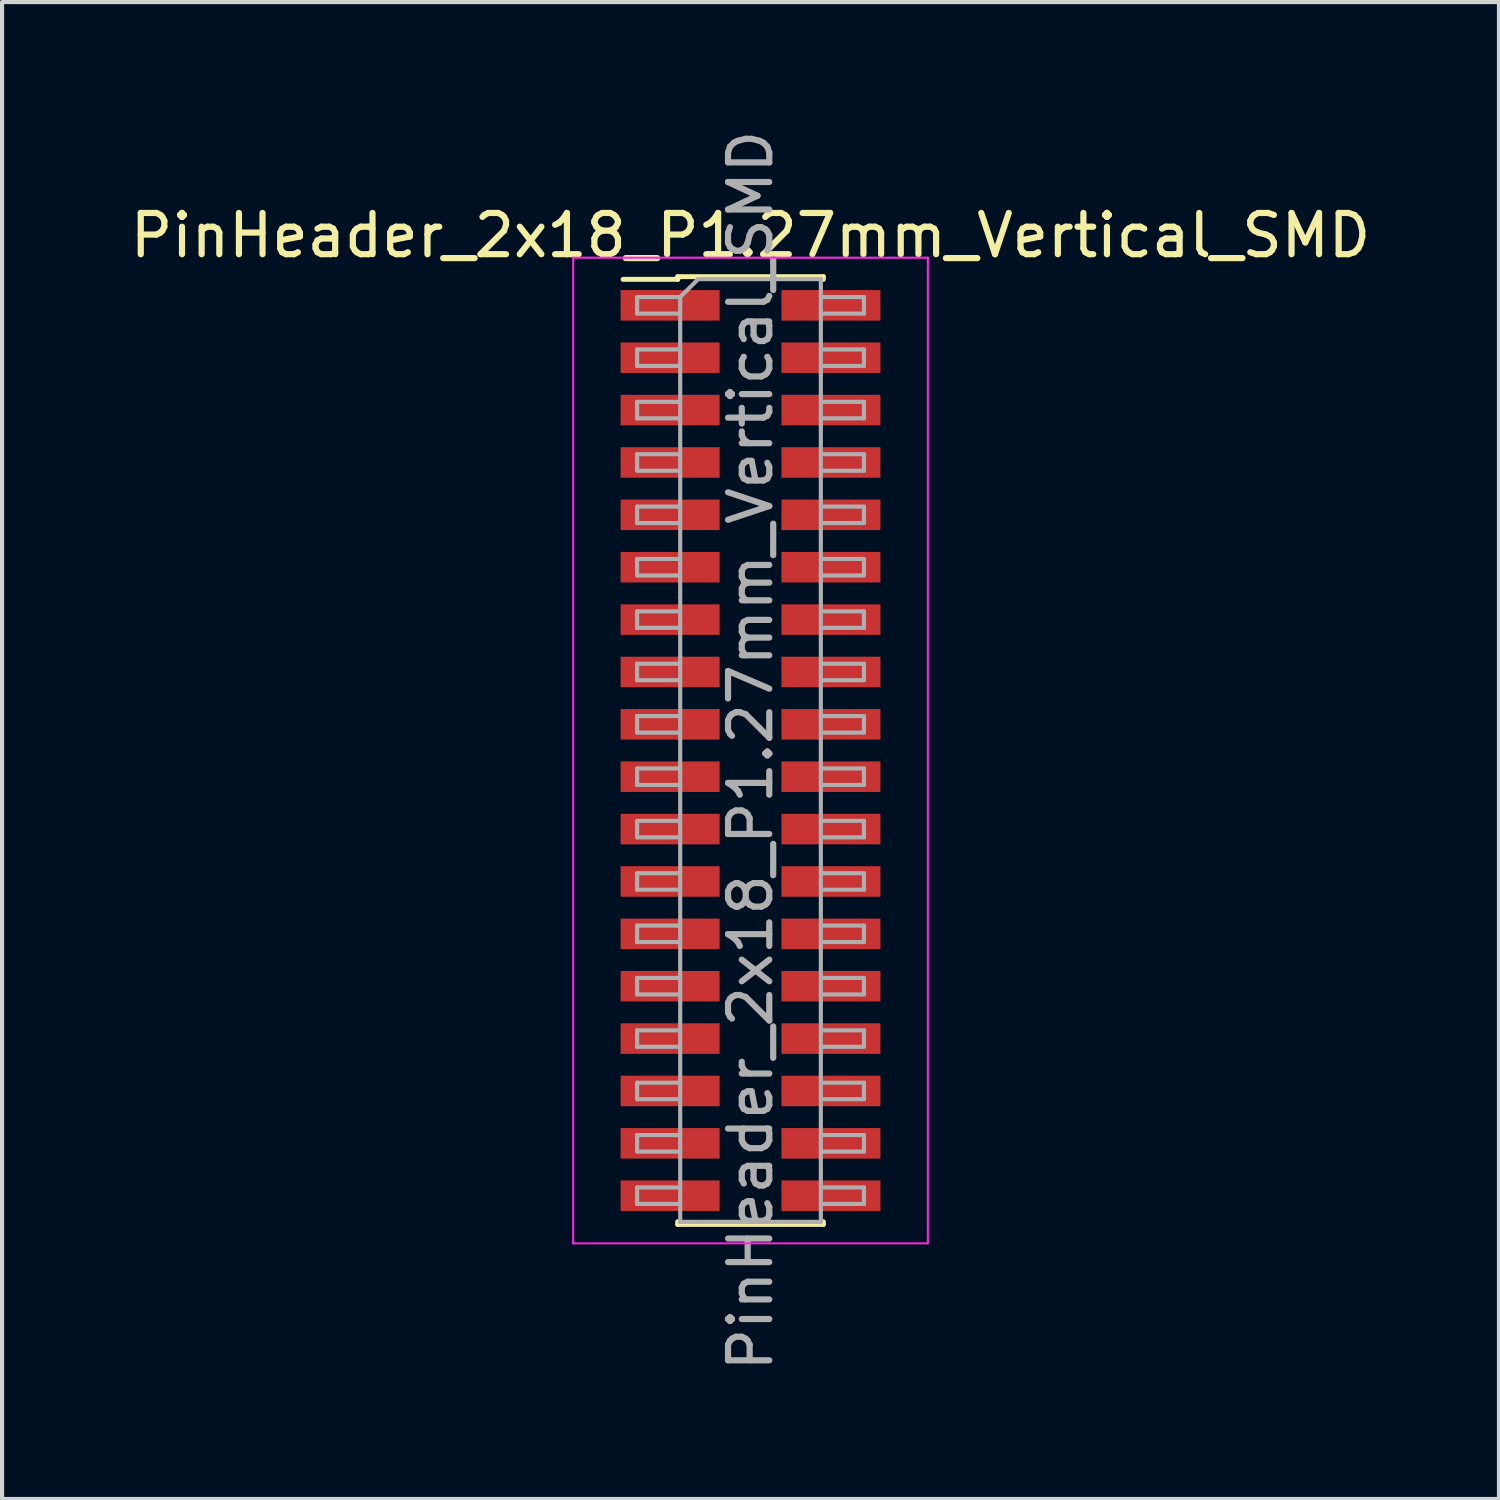
<source format=kicad_pcb>
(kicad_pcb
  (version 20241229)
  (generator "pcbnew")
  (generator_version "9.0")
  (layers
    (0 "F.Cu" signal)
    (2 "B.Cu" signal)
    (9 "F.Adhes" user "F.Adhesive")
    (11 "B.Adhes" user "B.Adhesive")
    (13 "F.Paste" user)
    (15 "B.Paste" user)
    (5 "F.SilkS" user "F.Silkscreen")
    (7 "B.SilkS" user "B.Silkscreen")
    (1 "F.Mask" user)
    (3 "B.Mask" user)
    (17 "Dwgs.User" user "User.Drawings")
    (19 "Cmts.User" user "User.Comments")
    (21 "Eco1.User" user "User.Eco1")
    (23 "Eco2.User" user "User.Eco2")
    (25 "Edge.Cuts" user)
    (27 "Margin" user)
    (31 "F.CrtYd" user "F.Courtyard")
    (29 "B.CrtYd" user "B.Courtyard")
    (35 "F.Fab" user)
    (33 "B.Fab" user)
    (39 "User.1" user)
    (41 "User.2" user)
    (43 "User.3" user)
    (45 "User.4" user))
  (footprint "PinHeader_2x18_P1.27mm_Vertical_SMD"
    (layer "F.Cu")
    (at 15.149 15.149)
    (property "Reference" "PinHeader_2x18_P1.27mm_Vertical_SMD" (at 0 -12.49 0) (layer "F.SilkS") (effects (font (size 1 1) (thickness 0.15))))
    (attr smd)
    (fp_line (start -3.09 -11.425) (end -1.765 -11.425) (stroke (width 0.12) (type solid)) (layer "F.SilkS"))
    (fp_line (start -1.765 -11.49) (end -1.765 -11.425) (stroke (width 0.12) (type solid)) (layer "F.SilkS"))
    (fp_line (start -1.765 -11.49) (end 1.765 -11.49) (stroke (width 0.12) (type solid)) (layer "F.SilkS"))
    (fp_line (start -1.765 11.425) (end -1.765 11.49) (stroke (width 0.12) (type solid)) (layer "F.SilkS"))
    (fp_line (start -1.765 11.49) (end 1.765 11.49) (stroke (width 0.12) (type solid)) (layer "F.SilkS"))
    (fp_line (start 1.765 -11.49) (end 1.765 -11.425) (stroke (width 0.12) (type solid)) (layer "F.SilkS"))
    (fp_line (start 1.765 11.425) (end 1.765 11.49) (stroke (width 0.12) (type solid)) (layer "F.SilkS"))
    (fp_line (start -4.3 -11.95) (end -4.3 11.95) (stroke (width 0.05) (type solid)) (layer "F.CrtYd"))
    (fp_line (start -4.3 11.95) (end 4.3 11.95) (stroke (width 0.05) (type solid)) (layer "F.CrtYd"))
    (fp_line (start 4.3 -11.95) (end -4.3 -11.95) (stroke (width 0.05) (type solid)) (layer "F.CrtYd"))
    (fp_line (start 4.3 11.95) (end 4.3 -11.95) (stroke (width 0.05) (type solid)) (layer "F.CrtYd"))
    (fp_line (start -2.75 -10.995) (end -2.75 -10.595) (stroke (width 0.1) (type solid)) (layer "F.Fab"))
    (fp_line (start -2.75 -10.595) (end -1.705 -10.595) (stroke (width 0.1) (type solid)) (layer "F.Fab"))
    (fp_line (start -2.75 -9.725) (end -2.75 -9.325) (stroke (width 0.1) (type solid)) (layer "F.Fab"))
    (fp_line (start -2.75 -9.325) (end -1.705 -9.325) (stroke (width 0.1) (type solid)) (layer "F.Fab"))
    (fp_line (start -2.75 -8.455) (end -2.75 -8.055) (stroke (width 0.1) (type solid)) (layer "F.Fab"))
    (fp_line (start -2.75 -8.055) (end -1.705 -8.055) (stroke (width 0.1) (type solid)) (layer "F.Fab"))
    (fp_line (start -2.75 -7.185) (end -2.75 -6.785) (stroke (width 0.1) (type solid)) (layer "F.Fab"))
    (fp_line (start -2.75 -6.785) (end -1.705 -6.785) (stroke (width 0.1) (type solid)) (layer "F.Fab"))
    (fp_line (start -2.75 -5.915) (end -2.75 -5.515) (stroke (width 0.1) (type solid)) (layer "F.Fab"))
    (fp_line (start -2.75 -5.515) (end -1.705 -5.515) (stroke (width 0.1) (type solid)) (layer "F.Fab"))
    (fp_line (start -2.75 -4.645) (end -2.75 -4.245) (stroke (width 0.1) (type solid)) (layer "F.Fab"))
    (fp_line (start -2.75 -4.245) (end -1.705 -4.245) (stroke (width 0.1) (type solid)) (layer "F.Fab"))
    (fp_line (start -2.75 -3.375) (end -2.75 -2.975) (stroke (width 0.1) (type solid)) (layer "F.Fab"))
    (fp_line (start -2.75 -2.975) (end -1.705 -2.975) (stroke (width 0.1) (type solid)) (layer "F.Fab"))
    (fp_line (start -2.75 -2.105) (end -2.75 -1.705) (stroke (width 0.1) (type solid)) (layer "F.Fab"))
    (fp_line (start -2.75 -1.705) (end -1.705 -1.705) (stroke (width 0.1) (type solid)) (layer "F.Fab"))
    (fp_line (start -2.75 -0.835) (end -2.75 -0.435) (stroke (width 0.1) (type solid)) (layer "F.Fab"))
    (fp_line (start -2.75 -0.435) (end -1.705 -0.435) (stroke (width 0.1) (type solid)) (layer "F.Fab"))
    (fp_line (start -2.75 0.435) (end -2.75 0.835) (stroke (width 0.1) (type solid)) (layer "F.Fab"))
    (fp_line (start -2.75 0.835) (end -1.705 0.835) (stroke (width 0.1) (type solid)) (layer "F.Fab"))
    (fp_line (start -2.75 1.705) (end -2.75 2.105) (stroke (width 0.1) (type solid)) (layer "F.Fab"))
    (fp_line (start -2.75 2.105) (end -1.705 2.105) (stroke (width 0.1) (type solid)) (layer "F.Fab"))
    (fp_line (start -2.75 2.975) (end -2.75 3.375) (stroke (width 0.1) (type solid)) (layer "F.Fab"))
    (fp_line (start -2.75 3.375) (end -1.705 3.375) (stroke (width 0.1) (type solid)) (layer "F.Fab"))
    (fp_line (start -2.75 4.245) (end -2.75 4.645) (stroke (width 0.1) (type solid)) (layer "F.Fab"))
    (fp_line (start -2.75 4.645) (end -1.705 4.645) (stroke (width 0.1) (type solid)) (layer "F.Fab"))
    (fp_line (start -2.75 5.515) (end -2.75 5.915) (stroke (width 0.1) (type solid)) (layer "F.Fab"))
    (fp_line (start -2.75 5.915) (end -1.705 5.915) (stroke (width 0.1) (type solid)) (layer "F.Fab"))
    (fp_line (start -2.75 6.785) (end -2.75 7.185) (stroke (width 0.1) (type solid)) (layer "F.Fab"))
    (fp_line (start -2.75 7.185) (end -1.705 7.185) (stroke (width 0.1) (type solid)) (layer "F.Fab"))
    (fp_line (start -2.75 8.055) (end -2.75 8.455) (stroke (width 0.1) (type solid)) (layer "F.Fab"))
    (fp_line (start -2.75 8.455) (end -1.705 8.455) (stroke (width 0.1) (type solid)) (layer "F.Fab"))
    (fp_line (start -2.75 9.325) (end -2.75 9.725) (stroke (width 0.1) (type solid)) (layer "F.Fab"))
    (fp_line (start -2.75 9.725) (end -1.705 9.725) (stroke (width 0.1) (type solid)) (layer "F.Fab"))
    (fp_line (start -2.75 10.595) (end -2.75 10.995) (stroke (width 0.1) (type solid)) (layer "F.Fab"))
    (fp_line (start -2.75 10.995) (end -1.705 10.995) (stroke (width 0.1) (type solid)) (layer "F.Fab"))
    (fp_line (start -1.705 -10.995) (end -2.75 -10.995) (stroke (width 0.1) (type solid)) (layer "F.Fab"))
    (fp_line (start -1.705 -10.995) (end -1.27 -11.43) (stroke (width 0.1) (type solid)) (layer "F.Fab"))
    (fp_line (start -1.705 -9.725) (end -2.75 -9.725) (stroke (width 0.1) (type solid)) (layer "F.Fab"))
    (fp_line (start -1.705 -8.455) (end -2.75 -8.455) (stroke (width 0.1) (type solid)) (layer "F.Fab"))
    (fp_line (start -1.705 -7.185) (end -2.75 -7.185) (stroke (width 0.1) (type solid)) (layer "F.Fab"))
    (fp_line (start -1.705 -5.915) (end -2.75 -5.915) (stroke (width 0.1) (type solid)) (layer "F.Fab"))
    (fp_line (start -1.705 -4.645) (end -2.75 -4.645) (stroke (width 0.1) (type solid)) (layer "F.Fab"))
    (fp_line (start -1.705 -3.375) (end -2.75 -3.375) (stroke (width 0.1) (type solid)) (layer "F.Fab"))
    (fp_line (start -1.705 -2.105) (end -2.75 -2.105) (stroke (width 0.1) (type solid)) (layer "F.Fab"))
    (fp_line (start -1.705 -0.835) (end -2.75 -0.835) (stroke (width 0.1) (type solid)) (layer "F.Fab"))
    (fp_line (start -1.705 0.435) (end -2.75 0.435) (stroke (width 0.1) (type solid)) (layer "F.Fab"))
    (fp_line (start -1.705 1.705) (end -2.75 1.705) (stroke (width 0.1) (type solid)) (layer "F.Fab"))
    (fp_line (start -1.705 2.975) (end -2.75 2.975) (stroke (width 0.1) (type solid)) (layer "F.Fab"))
    (fp_line (start -1.705 4.245) (end -2.75 4.245) (stroke (width 0.1) (type solid)) (layer "F.Fab"))
    (fp_line (start -1.705 5.515) (end -2.75 5.515) (stroke (width 0.1) (type solid)) (layer "F.Fab"))
    (fp_line (start -1.705 6.785) (end -2.75 6.785) (stroke (width 0.1) (type solid)) (layer "F.Fab"))
    (fp_line (start -1.705 8.055) (end -2.75 8.055) (stroke (width 0.1) (type solid)) (layer "F.Fab"))
    (fp_line (start -1.705 9.325) (end -2.75 9.325) (stroke (width 0.1) (type solid)) (layer "F.Fab"))
    (fp_line (start -1.705 10.595) (end -2.75 10.595) (stroke (width 0.1) (type solid)) (layer "F.Fab"))
    (fp_line (start -1.705 11.43) (end -1.705 -10.995) (stroke (width 0.1) (type solid)) (layer "F.Fab"))
    (fp_line (start -1.27 -11.43) (end 1.705 -11.43) (stroke (width 0.1) (type solid)) (layer "F.Fab"))
    (fp_line (start 1.705 -11.43) (end 1.705 11.43) (stroke (width 0.1) (type solid)) (layer "F.Fab"))
    (fp_line (start 1.705 -10.995) (end 2.75 -10.995) (stroke (width 0.1) (type solid)) (layer "F.Fab"))
    (fp_line (start 1.705 -9.725) (end 2.75 -9.725) (stroke (width 0.1) (type solid)) (layer "F.Fab"))
    (fp_line (start 1.705 -8.455) (end 2.75 -8.455) (stroke (width 0.1) (type solid)) (layer "F.Fab"))
    (fp_line (start 1.705 -7.185) (end 2.75 -7.185) (stroke (width 0.1) (type solid)) (layer "F.Fab"))
    (fp_line (start 1.705 -5.915) (end 2.75 -5.915) (stroke (width 0.1) (type solid)) (layer "F.Fab"))
    (fp_line (start 1.705 -4.645) (end 2.75 -4.645) (stroke (width 0.1) (type solid)) (layer "F.Fab"))
    (fp_line (start 1.705 -3.375) (end 2.75 -3.375) (stroke (width 0.1) (type solid)) (layer "F.Fab"))
    (fp_line (start 1.705 -2.105) (end 2.75 -2.105) (stroke (width 0.1) (type solid)) (layer "F.Fab"))
    (fp_line (start 1.705 -0.835) (end 2.75 -0.835) (stroke (width 0.1) (type solid)) (layer "F.Fab"))
    (fp_line (start 1.705 0.435) (end 2.75 0.435) (stroke (width 0.1) (type solid)) (layer "F.Fab"))
    (fp_line (start 1.705 1.705) (end 2.75 1.705) (stroke (width 0.1) (type solid)) (layer "F.Fab"))
    (fp_line (start 1.705 2.975) (end 2.75 2.975) (stroke (width 0.1) (type solid)) (layer "F.Fab"))
    (fp_line (start 1.705 4.245) (end 2.75 4.245) (stroke (width 0.1) (type solid)) (layer "F.Fab"))
    (fp_line (start 1.705 5.515) (end 2.75 5.515) (stroke (width 0.1) (type solid)) (layer "F.Fab"))
    (fp_line (start 1.705 6.785) (end 2.75 6.785) (stroke (width 0.1) (type solid)) (layer "F.Fab"))
    (fp_line (start 1.705 8.055) (end 2.75 8.055) (stroke (width 0.1) (type solid)) (layer "F.Fab"))
    (fp_line (start 1.705 9.325) (end 2.75 9.325) (stroke (width 0.1) (type solid)) (layer "F.Fab"))
    (fp_line (start 1.705 10.595) (end 2.75 10.595) (stroke (width 0.1) (type solid)) (layer "F.Fab"))
    (fp_line (start 1.705 11.43) (end -1.705 11.43) (stroke (width 0.1) (type solid)) (layer "F.Fab"))
    (fp_line (start 2.75 -10.995) (end 2.75 -10.595) (stroke (width 0.1) (type solid)) (layer "F.Fab"))
    (fp_line (start 2.75 -10.595) (end 1.705 -10.595) (stroke (width 0.1) (type solid)) (layer "F.Fab"))
    (fp_line (start 2.75 -9.725) (end 2.75 -9.325) (stroke (width 0.1) (type solid)) (layer "F.Fab"))
    (fp_line (start 2.75 -9.325) (end 1.705 -9.325) (stroke (width 0.1) (type solid)) (layer "F.Fab"))
    (fp_line (start 2.75 -8.455) (end 2.75 -8.055) (stroke (width 0.1) (type solid)) (layer "F.Fab"))
    (fp_line (start 2.75 -8.055) (end 1.705 -8.055) (stroke (width 0.1) (type solid)) (layer "F.Fab"))
    (fp_line (start 2.75 -7.185) (end 2.75 -6.785) (stroke (width 0.1) (type solid)) (layer "F.Fab"))
    (fp_line (start 2.75 -6.785) (end 1.705 -6.785) (stroke (width 0.1) (type solid)) (layer "F.Fab"))
    (fp_line (start 2.75 -5.915) (end 2.75 -5.515) (stroke (width 0.1) (type solid)) (layer "F.Fab"))
    (fp_line (start 2.75 -5.515) (end 1.705 -5.515) (stroke (width 0.1) (type solid)) (layer "F.Fab"))
    (fp_line (start 2.75 -4.645) (end 2.75 -4.245) (stroke (width 0.1) (type solid)) (layer "F.Fab"))
    (fp_line (start 2.75 -4.245) (end 1.705 -4.245) (stroke (width 0.1) (type solid)) (layer "F.Fab"))
    (fp_line (start 2.75 -3.375) (end 2.75 -2.975) (stroke (width 0.1) (type solid)) (layer "F.Fab"))
    (fp_line (start 2.75 -2.975) (end 1.705 -2.975) (stroke (width 0.1) (type solid)) (layer "F.Fab"))
    (fp_line (start 2.75 -2.105) (end 2.75 -1.705) (stroke (width 0.1) (type solid)) (layer "F.Fab"))
    (fp_line (start 2.75 -1.705) (end 1.705 -1.705) (stroke (width 0.1) (type solid)) (layer "F.Fab"))
    (fp_line (start 2.75 -0.835) (end 2.75 -0.435) (stroke (width 0.1) (type solid)) (layer "F.Fab"))
    (fp_line (start 2.75 -0.435) (end 1.705 -0.435) (stroke (width 0.1) (type solid)) (layer "F.Fab"))
    (fp_line (start 2.75 0.435) (end 2.75 0.835) (stroke (width 0.1) (type solid)) (layer "F.Fab"))
    (fp_line (start 2.75 0.835) (end 1.705 0.835) (stroke (width 0.1) (type solid)) (layer "F.Fab"))
    (fp_line (start 2.75 1.705) (end 2.75 2.105) (stroke (width 0.1) (type solid)) (layer "F.Fab"))
    (fp_line (start 2.75 2.105) (end 1.705 2.105) (stroke (width 0.1) (type solid)) (layer "F.Fab"))
    (fp_line (start 2.75 2.975) (end 2.75 3.375) (stroke (width 0.1) (type solid)) (layer "F.Fab"))
    (fp_line (start 2.75 3.375) (end 1.705 3.375) (stroke (width 0.1) (type solid)) (layer "F.Fab"))
    (fp_line (start 2.75 4.245) (end 2.75 4.645) (stroke (width 0.1) (type solid)) (layer "F.Fab"))
    (fp_line (start 2.75 4.645) (end 1.705 4.645) (stroke (width 0.1) (type solid)) (layer "F.Fab"))
    (fp_line (start 2.75 5.515) (end 2.75 5.915) (stroke (width 0.1) (type solid)) (layer "F.Fab"))
    (fp_line (start 2.75 5.915) (end 1.705 5.915) (stroke (width 0.1) (type solid)) (layer "F.Fab"))
    (fp_line (start 2.75 6.785) (end 2.75 7.185) (stroke (width 0.1) (type solid)) (layer "F.Fab"))
    (fp_line (start 2.75 7.185) (end 1.705 7.185) (stroke (width 0.1) (type solid)) (layer "F.Fab"))
    (fp_line (start 2.75 8.055) (end 2.75 8.455) (stroke (width 0.1) (type solid)) (layer "F.Fab"))
    (fp_line (start 2.75 8.455) (end 1.705 8.455) (stroke (width 0.1) (type solid)) (layer "F.Fab"))
    (fp_line (start 2.75 9.325) (end 2.75 9.725) (stroke (width 0.1) (type solid)) (layer "F.Fab"))
    (fp_line (start 2.75 9.725) (end 1.705 9.725) (stroke (width 0.1) (type solid)) (layer "F.Fab"))
    (fp_line (start 2.75 10.595) (end 2.75 10.995) (stroke (width 0.1) (type solid)) (layer "F.Fab"))
    (fp_line (start 2.75 10.995) (end 1.705 10.995) (stroke (width 0.1) (type solid)) (layer "F.Fab"))
    (fp_text user "${REFERENCE}" (at 0 0 90) (layer "F.Fab") (effects (font (size 1 1) (thickness 0.15))))
    (pad "1" smd rect (at -1.95 -10.795) (size 2.4 0.74) (layers "F.Cu" "F.Mask" "F.Paste"))
    (pad "2" smd rect (at 1.95 -10.795) (size 2.4 0.74) (layers "F.Cu" "F.Mask" "F.Paste"))
    (pad "3" smd rect (at -1.95 -9.525) (size 2.4 0.74) (layers "F.Cu" "F.Mask" "F.Paste"))
    (pad "4" smd rect (at 1.95 -9.525) (size 2.4 0.74) (layers "F.Cu" "F.Mask" "F.Paste"))
    (pad "5" smd rect (at -1.95 -8.255) (size 2.4 0.74) (layers "F.Cu" "F.Mask" "F.Paste"))
    (pad "6" smd rect (at 1.95 -8.255) (size 2.4 0.74) (layers "F.Cu" "F.Mask" "F.Paste"))
    (pad "7" smd rect (at -1.95 -6.985) (size 2.4 0.74) (layers "F.Cu" "F.Mask" "F.Paste"))
    (pad "8" smd rect (at 1.95 -6.985) (size 2.4 0.74) (layers "F.Cu" "F.Mask" "F.Paste"))
    (pad "9" smd rect (at -1.95 -5.715) (size 2.4 0.74) (layers "F.Cu" "F.Mask" "F.Paste"))
    (pad "10" smd rect (at 1.95 -5.715) (size 2.4 0.74) (layers "F.Cu" "F.Mask" "F.Paste"))
    (pad "11" smd rect (at -1.95 -4.445) (size 2.4 0.74) (layers "F.Cu" "F.Mask" "F.Paste"))
    (pad "12" smd rect (at 1.95 -4.445) (size 2.4 0.74) (layers "F.Cu" "F.Mask" "F.Paste"))
    (pad "13" smd rect (at -1.95 -3.175) (size 2.4 0.74) (layers "F.Cu" "F.Mask" "F.Paste"))
    (pad "14" smd rect (at 1.95 -3.175) (size 2.4 0.74) (layers "F.Cu" "F.Mask" "F.Paste"))
    (pad "15" smd rect (at -1.95 -1.905) (size 2.4 0.74) (layers "F.Cu" "F.Mask" "F.Paste"))
    (pad "16" smd rect (at 1.95 -1.905) (size 2.4 0.74) (layers "F.Cu" "F.Mask" "F.Paste"))
    (pad "17" smd rect (at -1.95 -0.635) (size 2.4 0.74) (layers "F.Cu" "F.Mask" "F.Paste"))
    (pad "18" smd rect (at 1.95 -0.635) (size 2.4 0.74) (layers "F.Cu" "F.Mask" "F.Paste"))
    (pad "19" smd rect (at -1.95 0.635) (size 2.4 0.74) (layers "F.Cu" "F.Mask" "F.Paste"))
    (pad "20" smd rect (at 1.95 0.635) (size 2.4 0.74) (layers "F.Cu" "F.Mask" "F.Paste"))
    (pad "21" smd rect (at -1.95 1.905) (size 2.4 0.74) (layers "F.Cu" "F.Mask" "F.Paste"))
    (pad "22" smd rect (at 1.95 1.905) (size 2.4 0.74) (layers "F.Cu" "F.Mask" "F.Paste"))
    (pad "23" smd rect (at -1.95 3.175) (size 2.4 0.74) (layers "F.Cu" "F.Mask" "F.Paste"))
    (pad "24" smd rect (at 1.95 3.175) (size 2.4 0.74) (layers "F.Cu" "F.Mask" "F.Paste"))
    (pad "25" smd rect (at -1.95 4.445) (size 2.4 0.74) (layers "F.Cu" "F.Mask" "F.Paste"))
    (pad "26" smd rect (at 1.95 4.445) (size 2.4 0.74) (layers "F.Cu" "F.Mask" "F.Paste"))
    (pad "27" smd rect (at -1.95 5.715) (size 2.4 0.74) (layers "F.Cu" "F.Mask" "F.Paste"))
    (pad "28" smd rect (at 1.95 5.715) (size 2.4 0.74) (layers "F.Cu" "F.Mask" "F.Paste"))
    (pad "29" smd rect (at -1.95 6.985) (size 2.4 0.74) (layers "F.Cu" "F.Mask" "F.Paste"))
    (pad "30" smd rect (at 1.95 6.985) (size 2.4 0.74) (layers "F.Cu" "F.Mask" "F.Paste"))
    (pad "31" smd rect (at -1.95 8.255) (size 2.4 0.74) (layers "F.Cu" "F.Mask" "F.Paste"))
    (pad "32" smd rect (at 1.95 8.255) (size 2.4 0.74) (layers "F.Cu" "F.Mask" "F.Paste"))
    (pad "33" smd rect (at -1.95 9.525) (size 2.4 0.74) (layers "F.Cu" "F.Mask" "F.Paste"))
    (pad "34" smd rect (at 1.95 9.525) (size 2.4 0.74) (layers "F.Cu" "F.Mask" "F.Paste"))
    (pad "35" smd rect (at -1.95 10.795) (size 2.4 0.74) (layers "F.Cu" "F.Mask" "F.Paste"))
    (pad "36" smd rect (at 1.95 10.795) (size 2.4 0.74) (layers "F.Cu" "F.Mask" "F.Paste")))
  (gr_rect
    (start -3 -3)
    (end 33.298 33.298)
    (stroke (width 0.1) (type default))
    (fill no)
    (layer "Edge.Cuts")))
</source>
